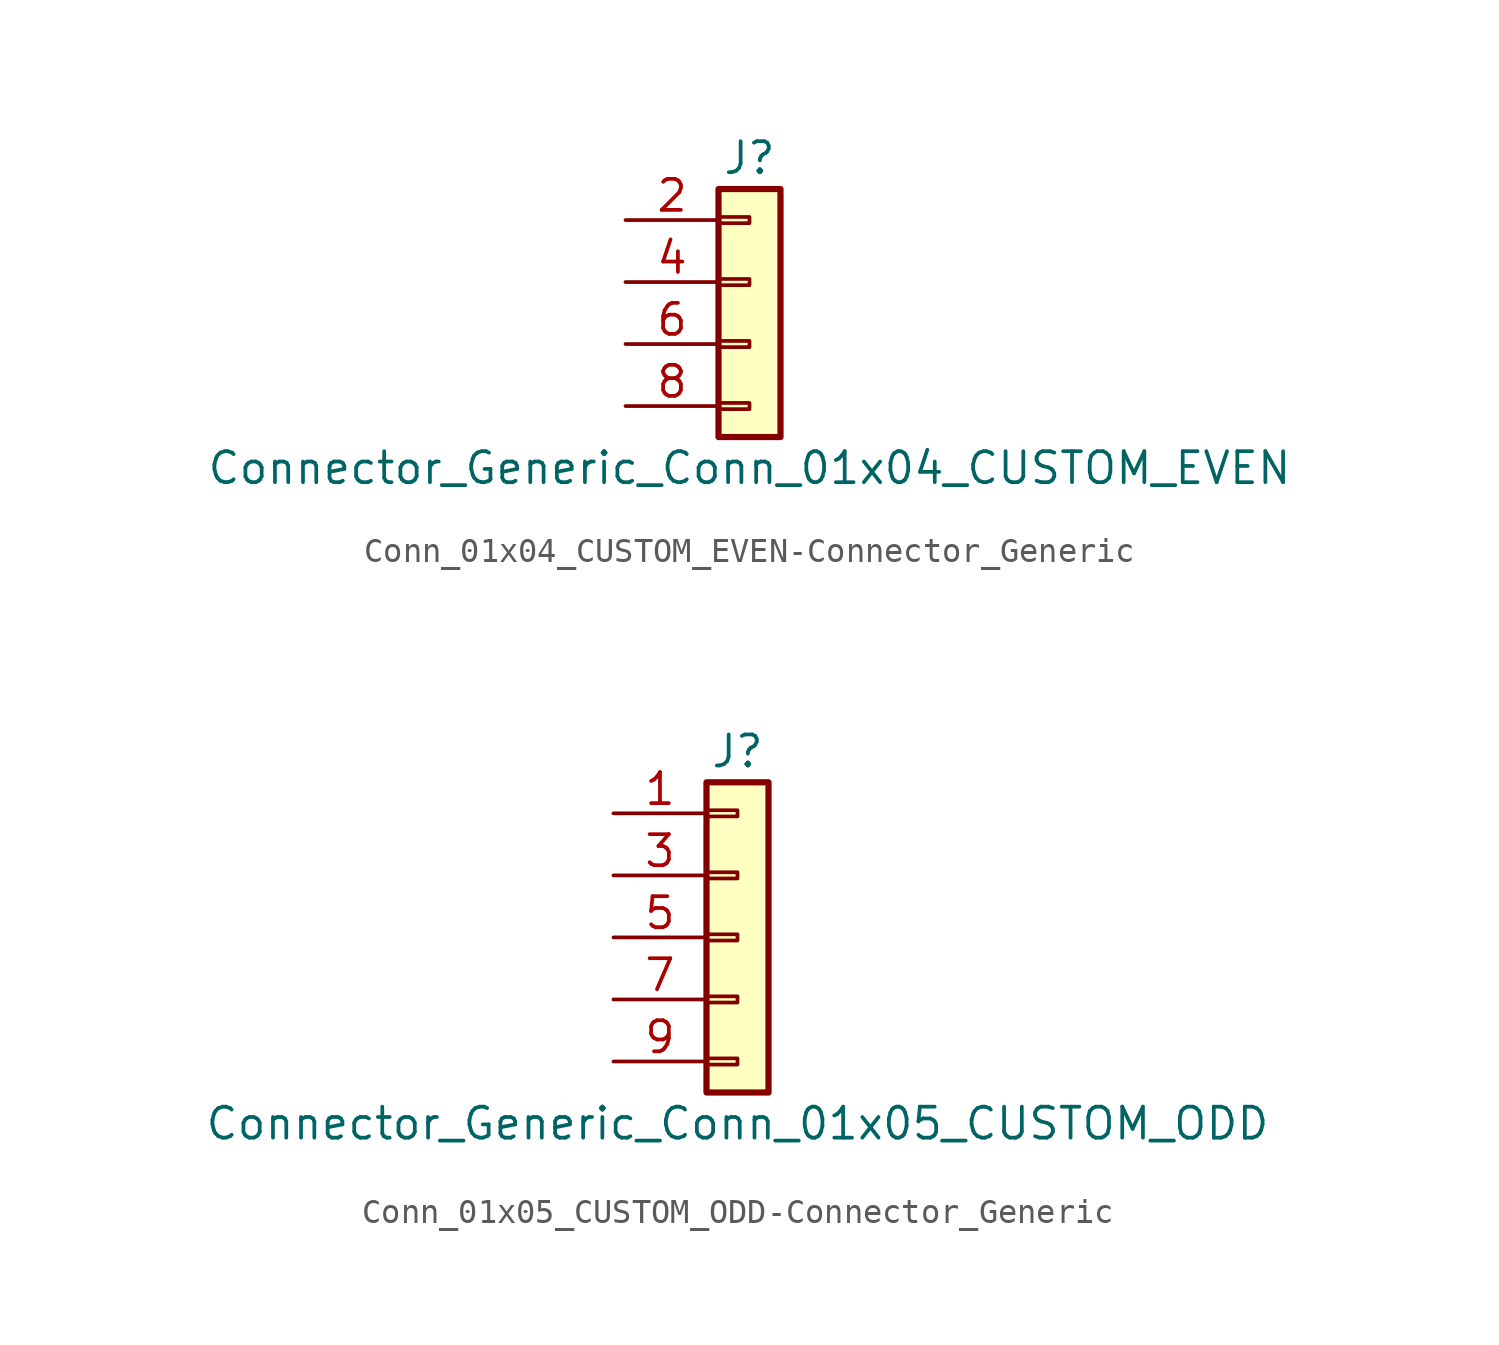
<source format=kicad_sym>
(kicad_symbol_lib
  (version 20220914)
  (generator kicad_symbol_editor)
  (symbol "Conn_01x04_CUSTOM_EVEN-Connector_Generic"
    (pin_names
      (offset 1.016) hide)
    (property "Reference" "J"
      (at 0 5.08 0)
      (effects (font (size 1.27 1.27))))
    (property "Value" "Connector_Generic_Conn_01x04_CUSTOM_EVEN"
      (at 0 -7.62 0)
      (effects (font (size 1.27 1.27))))
    (symbol "Conn_01x04_CUSTOM_EVEN-Connector_Generic_1_1"
      (rectangle (start -1.27 -4.953) (end 0 -5.207) (stroke (width 0.152) (type solid)) (fill (type none)))
      (rectangle (start -1.27 -2.413) (end 0 -2.667) (stroke (width 0.152) (type solid)) (fill (type none)))
      (rectangle (start -1.27 0.127) (end 0 -0.127) (stroke (width 0.152) (type solid)) (fill (type none)))
      (rectangle (start -1.27 2.667) (end 0 2.413) (stroke (width 0.152) (type solid)) (fill (type none)))
      (rectangle (start -1.27 3.81) (end 1.27 -6.35) (stroke (width 0.254) (type solid)) (fill (type background)))
      (pin passive line (at -5.08 2.54 0) (length 3.81) (name "Pin_2" (effects (font (size 1.27 1.27)))) (number "2" (effects (font (size 1.27 1.27)))))
      (pin passive line (at -5.08 0 0) (length 3.81) (name "Pin_4" (effects (font (size 1.27 1.27)))) (number "4" (effects (font (size 1.27 1.27)))))
      (pin passive line (at -5.08 -2.54 0) (length 3.81) (name "Pin_6" (effects (font (size 1.27 1.27)))) (number "6" (effects (font (size 1.27 1.27)))))
      (pin passive line (at -5.08 -5.08 0) (length 3.81) (name "Pin_8" (effects (font (size 1.27 1.27)))) (number "8" (effects (font (size 1.27 1.27)))))))
  (symbol "Conn_01x05_CUSTOM_ODD-Connector_Generic"
    (pin_names
      (offset 1.016) hide)
    (property "Reference" "J"
      (at 0 7.62 0)
      (effects (font (size 1.27 1.27))))
    (property "Value" "Connector_Generic_Conn_01x05_CUSTOM_ODD"
      (at 0 -7.62 0)
      (effects (font (size 1.27 1.27))))
    (symbol "Conn_01x05_CUSTOM_ODD-Connector_Generic_1_1"
      (rectangle (start -1.27 -4.953) (end 0 -5.207) (stroke (width 0.152) (type solid)) (fill (type none)))
      (rectangle (start -1.27 -2.413) (end 0 -2.667) (stroke (width 0.152) (type solid)) (fill (type none)))
      (rectangle (start -1.27 0.127) (end 0 -0.127) (stroke (width 0.152) (type solid)) (fill (type none)))
      (rectangle (start -1.27 2.667) (end 0 2.413) (stroke (width 0.152) (type solid)) (fill (type none)))
      (rectangle (start -1.27 5.207) (end 0 4.953) (stroke (width 0.152) (type solid)) (fill (type none)))
      (rectangle (start -1.27 6.35) (end 1.27 -6.35) (stroke (width 0.254) (type solid)) (fill (type background)))
      (pin passive line (at -5.08 5.08 0) (length 3.81) (name "Pin_1" (effects (font (size 1.27 1.27)))) (number "1" (effects (font (size 1.27 1.27)))))
      (pin passive line (at -5.08 2.54 0) (length 3.81) (name "Pin_3" (effects (font (size 1.27 1.27)))) (number "3" (effects (font (size 1.27 1.27)))))
      (pin passive line (at -5.08 0 0) (length 3.81) (name "Pin_5" (effects (font (size 1.27 1.27)))) (number "5" (effects (font (size 1.27 1.27)))))
      (pin passive line (at -5.08 -2.54 0) (length 3.81) (name "Pin_7" (effects (font (size 1.27 1.27)))) (number "7" (effects (font (size 1.27 1.27)))))
      (pin passive line (at -5.08 -5.08 0) (length 3.81) (name "Pin_9" (effects (font (size 1.27 1.27)))) (number "9" (effects (font (size 1.27 1.27))))))))
</source>
